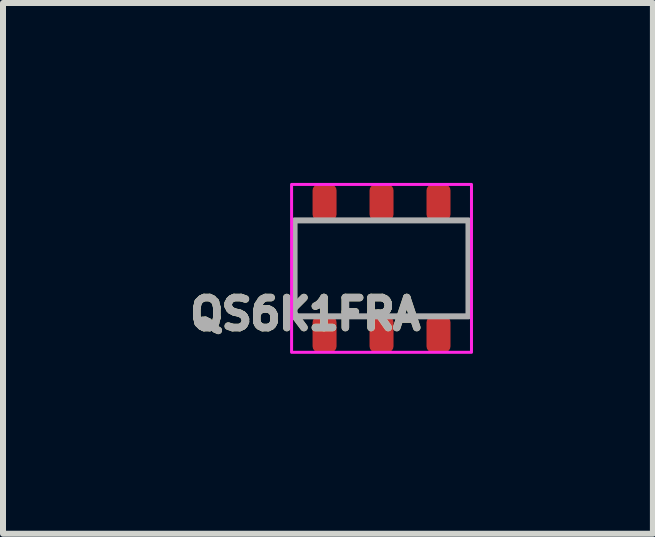
<source format=kicad_pcb>
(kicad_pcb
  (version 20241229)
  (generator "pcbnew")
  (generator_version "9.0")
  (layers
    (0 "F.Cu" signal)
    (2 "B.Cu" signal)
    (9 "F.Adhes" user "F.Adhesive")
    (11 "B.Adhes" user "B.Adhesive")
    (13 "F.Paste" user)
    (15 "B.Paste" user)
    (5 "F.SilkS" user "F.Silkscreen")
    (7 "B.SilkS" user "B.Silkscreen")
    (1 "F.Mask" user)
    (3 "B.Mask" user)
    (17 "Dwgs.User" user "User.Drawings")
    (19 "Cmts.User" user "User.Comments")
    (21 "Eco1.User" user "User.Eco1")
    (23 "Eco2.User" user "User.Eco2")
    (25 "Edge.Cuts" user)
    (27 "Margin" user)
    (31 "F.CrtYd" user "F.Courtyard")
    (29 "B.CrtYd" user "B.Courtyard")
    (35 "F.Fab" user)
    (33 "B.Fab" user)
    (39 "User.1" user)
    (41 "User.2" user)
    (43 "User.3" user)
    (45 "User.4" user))
  (footprint "QS6K1FRA"
    (layer "F.Cu")
    (at 3.312 1.425)
    (property "Reference" "QS6K1FRA" (at -1.27 0.762 0) (unlocked yes) (layer "F.SilkS") (effects (font (size 0.5 0.5) (thickness 0.125))))
    (attr smd)
    (fp_rect (start -1.5 -1.4) (end 1.5 1.4) (stroke (width 0.05) (type solid)) (fill no) (layer "F.CrtYd"))
    (fp_rect (start -1.45 -0.8) (end 1.45 0.8) (stroke (width 0.1) (type solid)) (fill no) (layer "F.Fab"))
    (fp_text user "${REFERENCE}" (at -1.27 0.762 0) (unlocked yes) (layer "F.Fab") (effects (font (size 0.5 0.5) (thickness 0.125))))
    (pad "1" smd roundrect (at -0.95 1.1) (size 0.4 0.6) (layers "F.Cu" "F.Mask" "F.Paste") (roundrect_rratio 0.25))
    (pad "2" smd roundrect (at 0 1.1) (size 0.4 0.6) (layers "F.Cu" "F.Mask" "F.Paste") (roundrect_rratio 0.25))
    (pad "3" smd roundrect (at 0.95 1.1) (size 0.4 0.6) (layers "F.Cu" "F.Mask" "F.Paste") (roundrect_rratio 0.25))
    (pad "4" smd roundrect (at 0.95 -1.1) (size 0.4 0.6) (layers "F.Cu" "F.Mask" "F.Paste") (roundrect_rratio 0.25))
    (pad "5" smd roundrect (at 0 -1.1) (size 0.4 0.6) (layers "F.Cu" "F.Mask" "F.Paste") (roundrect_rratio 0.25))
    (pad "6" smd roundrect (at -0.95 -1.1) (size 0.4 0.6) (layers "F.Cu" "F.Mask" "F.Paste") (roundrect_rratio 0.25)))
  (gr_rect
    (start -3 -3)
    (end 7.837 5.85)
    (stroke (width 0.1) (type default))
    (fill no)
    (layer "Edge.Cuts")))
</source>
